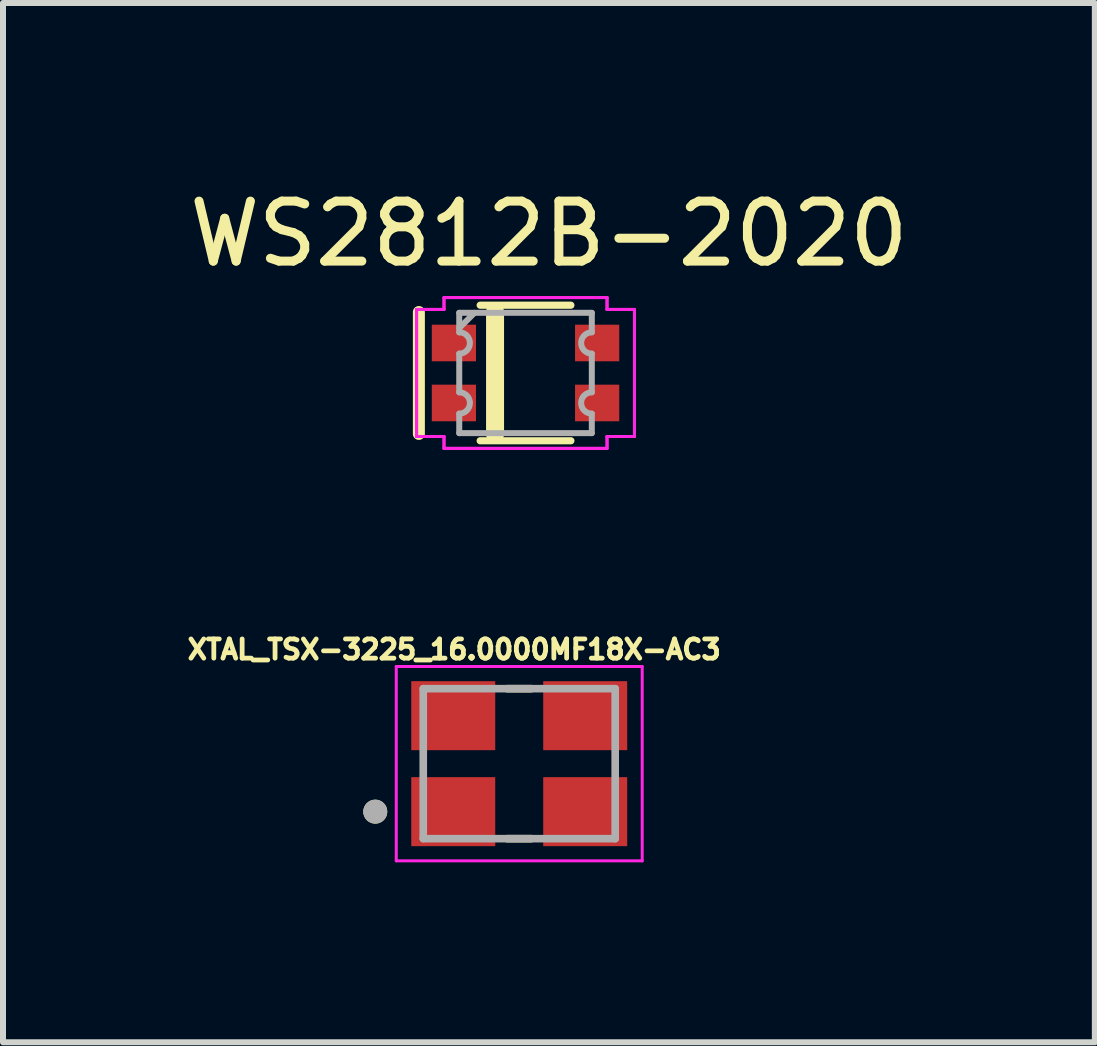
<source format=kicad_pcb>
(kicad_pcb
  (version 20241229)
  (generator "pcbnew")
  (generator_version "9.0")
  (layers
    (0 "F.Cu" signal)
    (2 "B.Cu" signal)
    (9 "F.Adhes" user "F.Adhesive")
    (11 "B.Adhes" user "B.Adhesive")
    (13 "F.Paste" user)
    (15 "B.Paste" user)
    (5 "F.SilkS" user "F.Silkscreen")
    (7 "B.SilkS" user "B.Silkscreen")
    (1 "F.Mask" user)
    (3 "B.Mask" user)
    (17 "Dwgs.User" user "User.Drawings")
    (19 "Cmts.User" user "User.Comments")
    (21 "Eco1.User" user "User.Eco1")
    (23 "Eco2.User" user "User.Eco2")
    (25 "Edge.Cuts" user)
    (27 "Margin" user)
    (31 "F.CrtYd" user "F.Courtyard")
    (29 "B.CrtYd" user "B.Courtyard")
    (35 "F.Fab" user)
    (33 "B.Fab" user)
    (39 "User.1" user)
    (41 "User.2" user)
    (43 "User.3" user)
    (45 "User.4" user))
  (footprint "XTAL_TSX-3225_16.0000MF18X-AC3"
    (layer "F.Cu")
    (at 5.606 9.681)
    (property "Reference" "XTAL_TSX-3225_16.0000MF18X-AC3" (at -1.084 -1.903 0) (layer "F.SilkS") (effects (font (size 0.32 0.32) (thickness 0.15))))
    (attr through_hole)
    (fp_line (start -0.2 -1.25) (end 0.2 -1.25) (stroke (width 0.127) (type solid)) (layer "F.SilkS"))
    (fp_line (start -0.2 1.25) (end 0.2 1.25) (stroke (width 0.127) (type solid)) (layer "F.SilkS"))
    (fp_circle (center -2.4 0.8) (end -2.3 0.8) (stroke (width 0.2) (type solid)) (fill no) (layer "F.SilkS"))
    (fp_line (start -2.05 -1.62) (end 2.05 -1.62) (stroke (width 0.05) (type solid)) (layer "F.CrtYd"))
    (fp_line (start -2.05 1.62) (end -2.05 -1.62) (stroke (width 0.05) (type solid)) (layer "F.CrtYd"))
    (fp_line (start 2.05 -1.62) (end 2.05 1.62) (stroke (width 0.05) (type solid)) (layer "F.CrtYd"))
    (fp_line (start 2.05 1.62) (end -2.05 1.62) (stroke (width 0.05) (type solid)) (layer "F.CrtYd"))
    (fp_line (start -1.6 -1.25) (end 1.6 -1.25) (stroke (width 0.127) (type solid)) (layer "F.Fab"))
    (fp_line (start -1.6 1.25) (end -1.6 -1.25) (stroke (width 0.127) (type solid)) (layer "F.Fab"))
    (fp_line (start 1.6 -1.25) (end 1.6 1.25) (stroke (width 0.127) (type solid)) (layer "F.Fab"))
    (fp_line (start 1.6 1.25) (end -1.6 1.25) (stroke (width 0.127) (type solid)) (layer "F.Fab"))
    (fp_circle (center -2.4 0.8) (end -2.3 0.8) (stroke (width 0.2) (type solid)) (fill no) (layer "F.Fab"))
    (pad "1" smd rect (at -1.1 0.8) (size 1.4 1.15) (layers "F.Cu" "F.Mask" "F.Paste"))
    (pad "2" smd rect (at 1.1 0.8) (size 1.4 1.15) (layers "F.Cu" "F.Mask" "F.Paste"))
    (pad "3" smd rect (at 1.1 -0.8) (size 1.4 1.15) (layers "F.Cu" "F.Mask" "F.Paste"))
    (pad "4" smd rect (at -1.1 -0.8) (size 1.4 1.15) (layers "F.Cu" "F.Mask" "F.Paste")))
  (footprint "WS2812B-2020"
    (layer "F.Cu")
    (at 5.711 3.168)
    (property "Reference" "WS2812B-2020" (at 0.39 -2.32 0) (layer "F.SilkS") (effects (font (size 1 1) (thickness 0.15))))
    (attr through_hole)
    (fp_line (start -1.778 -1.016) (end -1.778 1.016) (stroke (width 0.2) (type solid)) (layer "F.SilkS"))
    (fp_line (start -0.756 -1.13) (end 0.756 -1.13) (stroke (width 0.12) (type solid)) (layer "F.SilkS"))
    (fp_line (start -0.756 1.13) (end 0.756 1.13) (stroke (width 0.12) (type solid)) (layer "F.SilkS"))
    (fp_line (start -0.508 -1.016) (end -0.508 1.016) (stroke (width 0.3) (type solid)) (layer "F.SilkS"))
    (fp_line (start -1.816 -1.059) (end -1.359 -1.059) (stroke (width 0.05) (type solid)) (layer "F.CrtYd"))
    (fp_line (start -1.816 -1.059) (end -1.359 -1.059) (stroke (width 0.05) (type solid)) (layer "F.CrtYd"))
    (fp_line (start -1.816 1.059) (end -1.816 -1.059) (stroke (width 0.05) (type solid)) (layer "F.CrtYd"))
    (fp_line (start -1.816 1.059) (end -1.816 -1.059) (stroke (width 0.05) (type solid)) (layer "F.CrtYd"))
    (fp_line (start -1.816 1.059) (end -1.359 1.059) (stroke (width 0.05) (type solid)) (layer "F.CrtYd"))
    (fp_line (start -1.359 -1.257) (end 1.359 -1.257) (stroke (width 0.05) (type solid)) (layer "F.CrtYd"))
    (fp_line (start -1.359 -1.257) (end 1.359 -1.257) (stroke (width 0.05) (type solid)) (layer "F.CrtYd"))
    (fp_line (start -1.359 -1.059) (end -1.359 -1.257) (stroke (width 0.05) (type solid)) (layer "F.CrtYd"))
    (fp_line (start -1.359 -1.059) (end -1.359 -1.257) (stroke (width 0.05) (type solid)) (layer "F.CrtYd"))
    (fp_line (start -1.359 1.059) (end -1.816 1.059) (stroke (width 0.05) (type solid)) (layer "F.CrtYd"))
    (fp_line (start -1.359 1.257) (end -1.359 1.059) (stroke (width 0.05) (type solid)) (layer "F.CrtYd"))
    (fp_line (start -1.359 1.257) (end -1.359 1.059) (stroke (width 0.05) (type solid)) (layer "F.CrtYd"))
    (fp_line (start 1.359 -1.257) (end 1.359 -1.059) (stroke (width 0.05) (type solid)) (layer "F.CrtYd"))
    (fp_line (start 1.359 -1.257) (end 1.359 -1.059) (stroke (width 0.05) (type solid)) (layer "F.CrtYd"))
    (fp_line (start 1.359 -1.059) (end 1.816 -1.059) (stroke (width 0.05) (type solid)) (layer "F.CrtYd"))
    (fp_line (start 1.359 1.059) (end 1.359 1.257) (stroke (width 0.05) (type solid)) (layer "F.CrtYd"))
    (fp_line (start 1.359 1.059) (end 1.359 1.257) (stroke (width 0.05) (type solid)) (layer "F.CrtYd"))
    (fp_line (start 1.359 1.257) (end -1.359 1.257) (stroke (width 0.05) (type solid)) (layer "F.CrtYd"))
    (fp_line (start 1.359 1.257) (end -1.359 1.257) (stroke (width 0.05) (type solid)) (layer "F.CrtYd"))
    (fp_line (start 1.816 -1.059) (end 1.359 -1.059) (stroke (width 0.05) (type solid)) (layer "F.CrtYd"))
    (fp_line (start 1.816 -1.059) (end 1.816 1.059) (stroke (width 0.05) (type solid)) (layer "F.CrtYd"))
    (fp_line (start 1.816 -1.059) (end 1.816 1.059) (stroke (width 0.05) (type solid)) (layer "F.CrtYd"))
    (fp_line (start 1.816 1.059) (end 1.359 1.059) (stroke (width 0.05) (type solid)) (layer "F.CrtYd"))
    (fp_line (start 1.816 1.059) (end 1.359 1.059) (stroke (width 0.05) (type solid)) (layer "F.CrtYd"))
    (fp_line (start -1.105 -1.003) (end 1.105 -1.003) (stroke (width 0.1) (type solid)) (layer "F.Fab"))
    (fp_line (start -1.105 -0.678) (end -1.105 -1.003) (stroke (width 0.1) (type solid)) (layer "F.Fab"))
    (fp_line (start -1.105 -0.322) (end -1.105 0.322) (stroke (width 0.1) (type solid)) (layer "F.Fab"))
    (fp_line (start -1.105 0.678) (end -1.105 1.003) (stroke (width 0.1) (type solid)) (layer "F.Fab"))
    (fp_line (start -1.105 1.003) (end 1.105 1.003) (stroke (width 0.1) (type solid)) (layer "F.Fab"))
    (fp_line (start -0.851 -1.003) (end -1.105 -0.749) (stroke (width 0.1) (type solid)) (layer "F.Fab"))
    (fp_line (start 1.105 -0.678) (end 1.105 -1.003) (stroke (width 0.1) (type solid)) (layer "F.Fab"))
    (fp_line (start 1.105 -0.322) (end 1.105 0.322) (stroke (width 0.1) (type solid)) (layer "F.Fab"))
    (fp_line (start 1.105 0.678) (end 1.105 1.003) (stroke (width 0.1) (type solid)) (layer "F.Fab"))
    (fp_arc (start -1.1049 -0.677799) (mid -0.9271 -0.499999) (end -1.1049 -0.322199) (stroke (width 0.1) (type solid)) (layer "F.Fab"))
    (fp_arc (start -1.1049 0.322199) (mid -0.9271 0.499999) (end -1.1049 0.677799) (stroke (width 0.1) (type solid)) (layer "F.Fab"))
    (fp_arc (start 1.1049 -0.322199) (mid 0.9271 -0.499999) (end 1.1049 -0.677799) (stroke (width 0.1) (type solid)) (layer "F.Fab"))
    (fp_arc (start 1.1049 0.677799) (mid 0.9271 0.499999) (end 1.1049 0.322199) (stroke (width 0.1) (type solid)) (layer "F.Fab"))
    (pad "1" smd rect (at -1.194 -0.5) (size 0.737 0.61) (layers "F.Cu" "F.Mask" "F.Paste"))
    (pad "2" smd rect (at -1.194 0.5) (size 0.737 0.61) (layers "F.Cu" "F.Mask" "F.Paste"))
    (pad "3" smd rect (at 1.194 0.5) (size 0.737 0.61) (layers "F.Cu" "F.Mask" "F.Paste"))
    (pad "4" smd rect (at 1.194 -0.5) (size 0.737 0.61) (layers "F.Cu" "F.Mask" "F.Paste")))
  (gr_rect
    (start -3 -3)
    (end 15.202 14.326)
    (stroke (width 0.1) (type default))
    (fill no)
    (layer "Edge.Cuts")))
</source>
